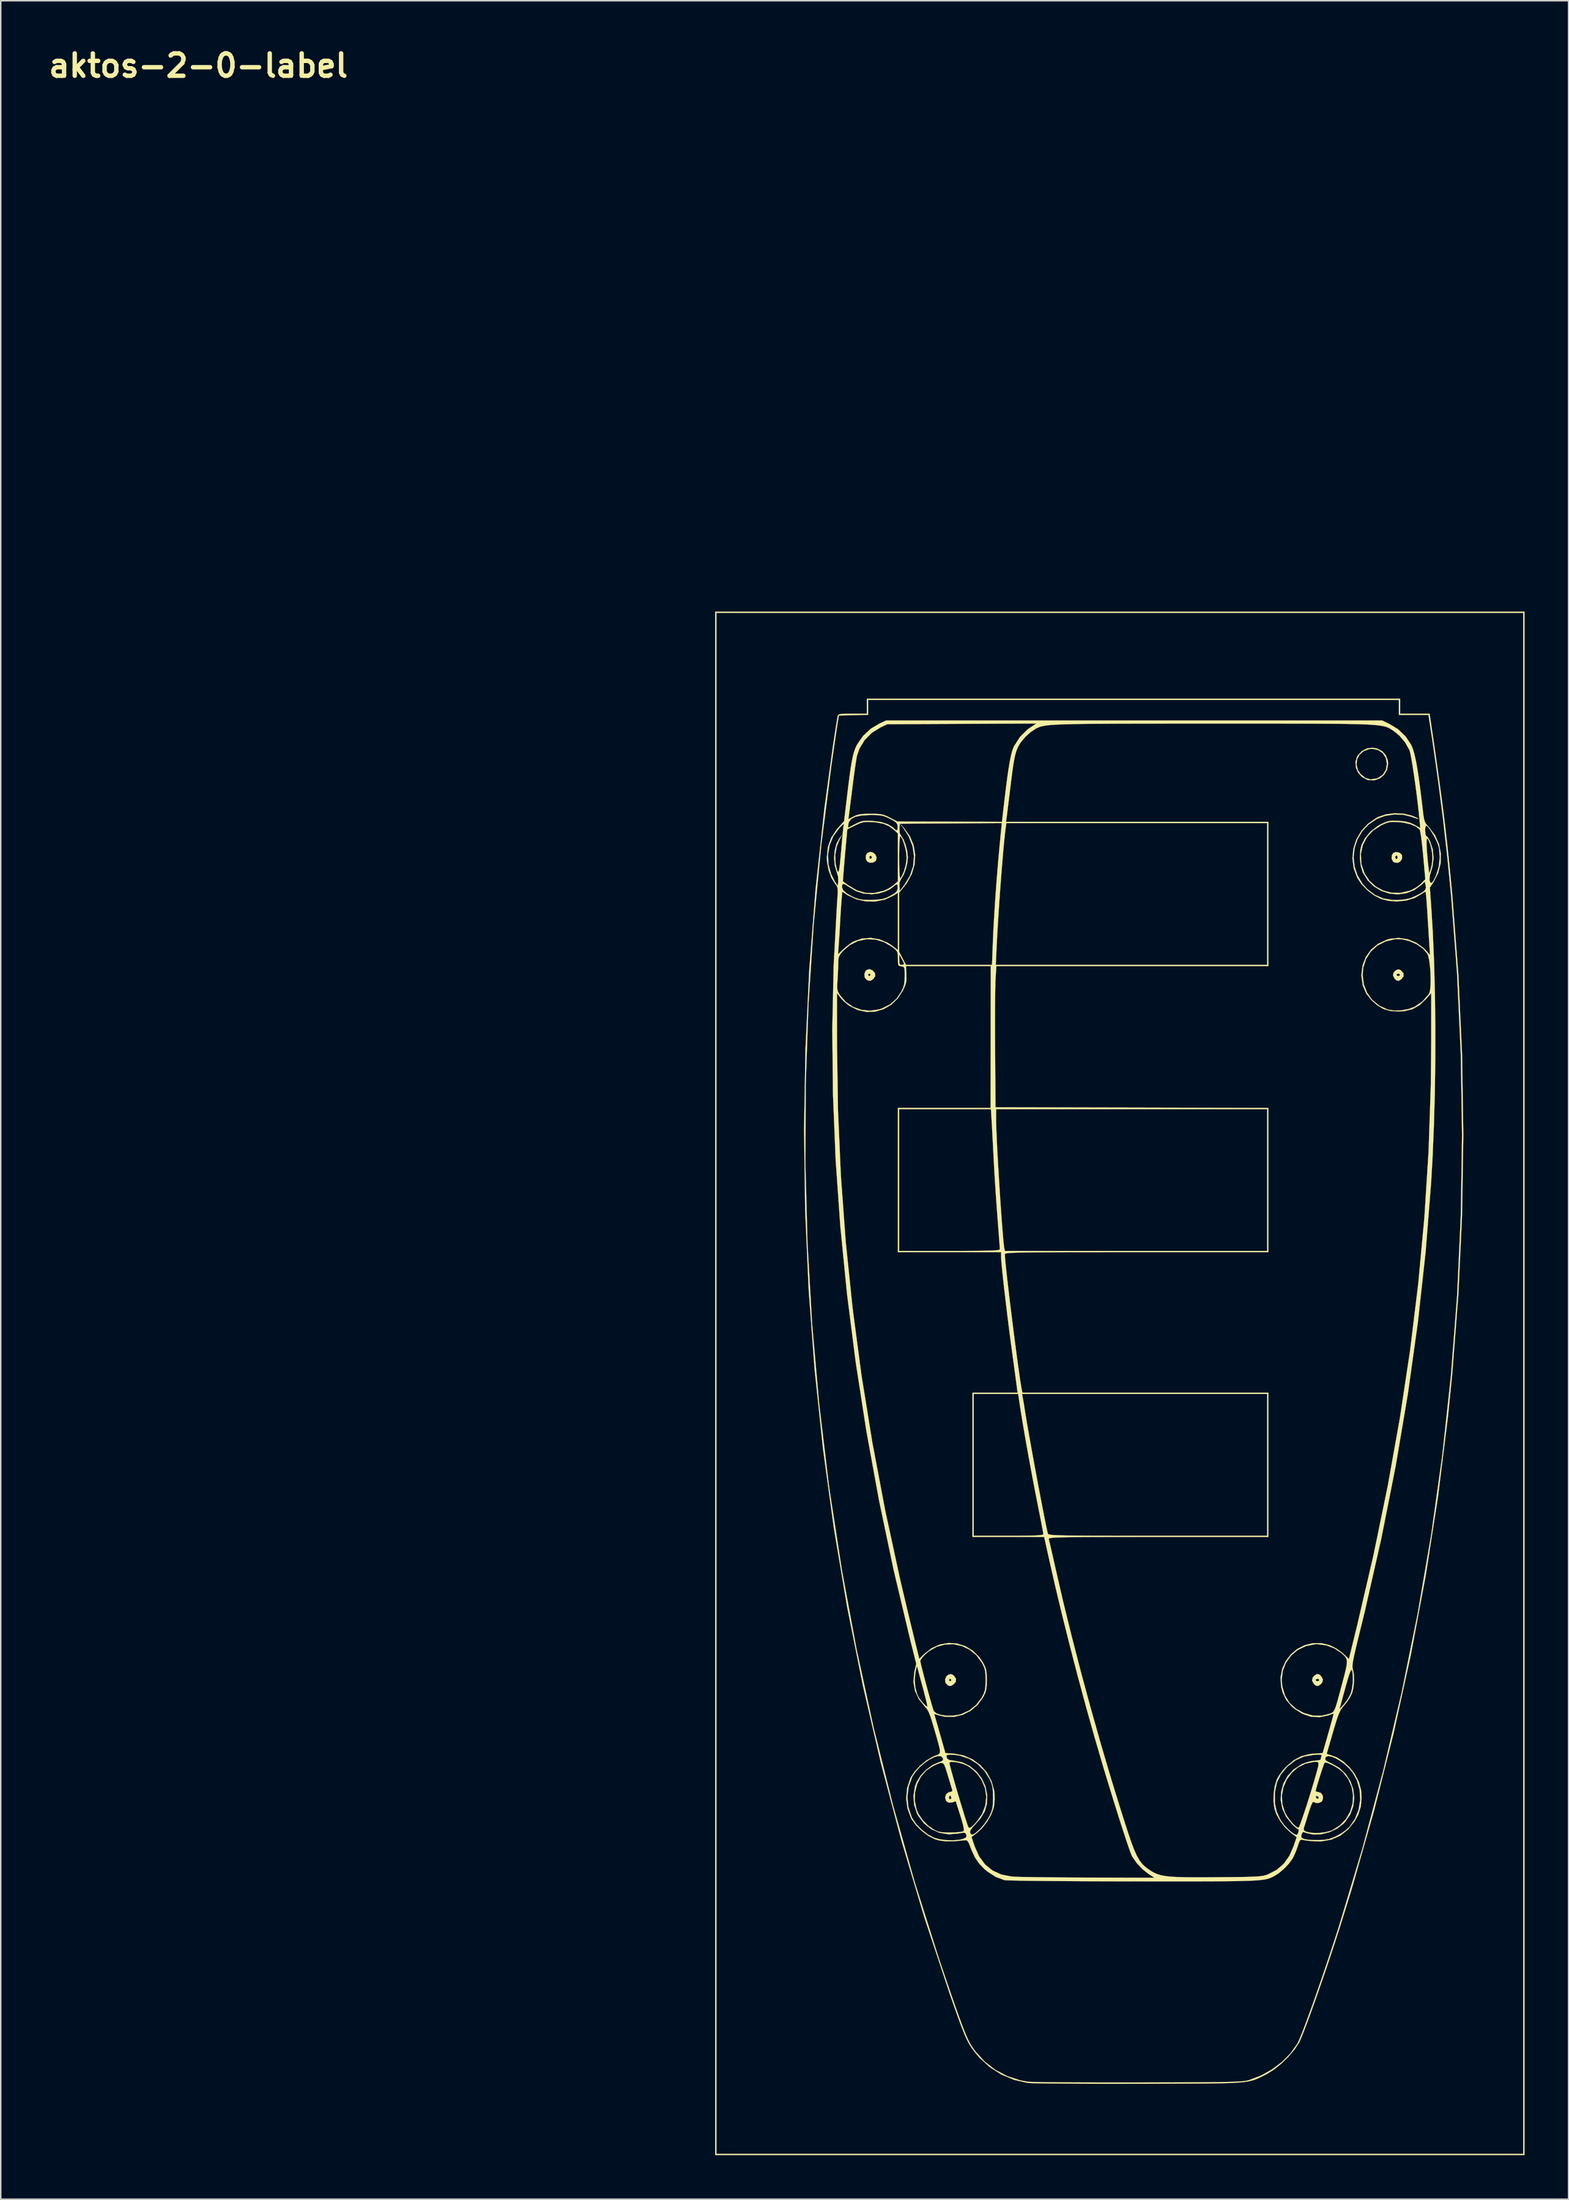
<source format=kicad_pcb>
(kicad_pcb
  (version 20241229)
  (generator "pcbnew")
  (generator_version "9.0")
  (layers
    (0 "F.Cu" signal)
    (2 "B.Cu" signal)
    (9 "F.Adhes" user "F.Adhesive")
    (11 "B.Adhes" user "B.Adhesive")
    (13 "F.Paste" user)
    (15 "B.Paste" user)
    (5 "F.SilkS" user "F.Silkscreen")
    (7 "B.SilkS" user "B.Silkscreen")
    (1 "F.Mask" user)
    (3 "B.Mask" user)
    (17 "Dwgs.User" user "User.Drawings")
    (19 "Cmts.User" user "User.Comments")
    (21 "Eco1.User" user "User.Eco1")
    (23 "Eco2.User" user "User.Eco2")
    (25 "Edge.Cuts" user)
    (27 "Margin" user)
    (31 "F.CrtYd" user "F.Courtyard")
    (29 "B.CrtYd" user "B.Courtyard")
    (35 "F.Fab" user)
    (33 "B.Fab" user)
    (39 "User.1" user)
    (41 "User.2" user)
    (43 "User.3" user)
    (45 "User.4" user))
  (footprint "aktos-2-0-label"
    (layer "F.Cu")
    (at 56.008 45.568)
    (property "Reference" "aktos-2-0-label" (at -45.55 -44.15 0) (layer "F.SilkS") (effects (font (size 1.524 1.524) (thickness 0.3))))
    (attr through_hole)
    (fp_poly (pts (xy 44.767 98.093) (xy -10.351 98.093) (xy -10.351 -6.893) (xy -10.267 -6.893) (xy -10.267 98.009) (xy 44.682 98.009) (xy 44.682 -6.893) (xy -10.267 -6.893) (xy -10.351 -6.893) (xy -10.351 -6.978) (xy 44.767 -6.978) (xy 44.767 98.093)) (stroke (width 0.01) (type solid)) (fill yes) (layer "F.SilkS"))
    (fp_poly (pts (xy 0.409 9.424) (xy 0.564 9.563) (xy 0.642 9.751) (xy 0.604 9.95) (xy 0.57 9.999) (xy 0.385 10.107) (xy 0.156 10.108) (xy -0.005 10.023) (xy -0.097 9.828) (xy -0.09 9.744) (xy 0.147 9.744) (xy 0.19 9.849) (xy 0.238 9.854) (xy 0.326 9.767) (xy 0.329 9.744) (xy 0.263 9.644) (xy 0.238 9.633) (xy 0.161 9.674) (xy 0.147 9.744) (xy -0.09 9.744) (xy -0.079 9.6) (xy 0.019 9.448) (xy 0.214 9.373) (xy 0.409 9.424)) (stroke (width 0.01) (type solid)) (fill yes) (layer "F.SilkS"))
    (fp_poly (pts (xy 30.785 65.369) (xy 30.911 65.482) (xy 31.038 65.706) (xy 30.997 65.915) (xy 30.896 66.034) (xy 30.71 66.158) (xy 30.554 66.132) (xy 30.429 66.019) (xy 30.301 65.795) (xy 30.31 65.751) (xy 30.543 65.751) (xy 30.611 65.826) (xy 30.67 65.835) (xy 30.782 65.79) (xy 30.797 65.751) (xy 30.728 65.676) (xy 30.67 65.666) (xy 30.557 65.712) (xy 30.543 65.751) (xy 30.31 65.751) (xy 30.342 65.586) (xy 30.444 65.467) (xy 30.629 65.344) (xy 30.785 65.369)) (stroke (width 0.01) (type solid)) (fill yes) (layer "F.SilkS"))
    (fp_poly (pts (xy 36.24 9.426) (xy 36.399 9.557) (xy 36.426 9.614) (xy 36.43 9.842) (xy 36.318 10.02) (xy 36.137 10.118) (xy 35.933 10.105) (xy 35.809 10.023) (xy 35.717 9.828) (xy 35.724 9.744) (xy 35.961 9.744) (xy 36.007 9.856) (xy 36.046 9.871) (xy 36.121 9.802) (xy 36.131 9.744) (xy 36.085 9.631) (xy 36.046 9.617) (xy 35.971 9.685) (xy 35.961 9.744) (xy 35.724 9.744) (xy 35.735 9.6) (xy 35.833 9.448) (xy 36.025 9.383) (xy 36.24 9.426)) (stroke (width 0.01) (type solid)) (fill yes) (layer "F.SilkS"))
    (fp_poly (pts (xy 36.307 17.414) (xy 36.367 17.454) (xy 36.528 17.644) (xy 36.525 17.856) (xy 36.399 18.028) (xy 36.214 18.151) (xy 36.057 18.125) (xy 35.925 18.005) (xy 35.812 17.785) (xy 35.822 17.745) (xy 36.046 17.745) (xy 36.115 17.82) (xy 36.173 17.829) (xy 36.286 17.784) (xy 36.3 17.745) (xy 36.231 17.67) (xy 36.173 17.66) (xy 36.06 17.706) (xy 36.046 17.745) (xy 35.822 17.745) (xy 35.864 17.575) (xy 36.008 17.438) (xy 36.162 17.368) (xy 36.307 17.414)) (stroke (width 0.01) (type solid)) (fill yes) (layer "F.SilkS"))
    (fp_poly (pts (xy 0.347 17.433) (xy 0.365 17.444) (xy 0.538 17.631) (xy 0.547 17.841) (xy 0.416 18.028) (xy 0.24 18.148) (xy 0.075 18.136) (xy -0.043 18.077) (xy -0.165 17.921) (xy -0.185 17.745) (xy 0.063 17.745) (xy 0.127 17.827) (xy 0.147 17.829) (xy 0.23 17.765) (xy 0.232 17.745) (xy 0.168 17.662) (xy 0.147 17.66) (xy 0.065 17.724) (xy 0.063 17.745) (xy -0.185 17.745) (xy -0.19 17.703) (xy -0.119 17.498) (xy -0.016 17.403) (xy 0.158 17.356) (xy 0.347 17.433)) (stroke (width 0.01) (type solid)) (fill yes) (layer "F.SilkS"))
    (fp_poly (pts (xy 5.863 65.418) (xy 5.904 65.454) (xy 6.053 65.668) (xy 6.037 65.878) (xy 5.886 66.042) (xy 5.723 66.146) (xy 5.61 66.157) (xy 5.464 66.085) (xy 5.46 66.083) (xy 5.331 65.924) (xy 5.314 65.751) (xy 5.566 65.751) (xy 5.63 65.833) (xy 5.651 65.835) (xy 5.733 65.771) (xy 5.735 65.751) (xy 5.671 65.668) (xy 5.651 65.666) (xy 5.568 65.73) (xy 5.566 65.751) (xy 5.314 65.751) (xy 5.31 65.708) (xy 5.392 65.504) (xy 5.523 65.397) (xy 5.709 65.346) (xy 5.863 65.418)) (stroke (width 0.01) (type solid)) (fill yes) (layer "F.SilkS"))
    (fp_poly (pts (xy 34.754 2.346) (xy 35.07 2.515) (xy 35.315 2.782) (xy 35.458 3.138) (xy 35.482 3.379) (xy 35.408 3.787) (xy 35.208 4.127) (xy 34.911 4.373) (xy 34.55 4.502) (xy 34.154 4.492) (xy 34.055 4.465) (xy 33.696 4.273) (xy 33.434 3.98) (xy 33.282 3.626) (xy 33.27 3.449) (xy 33.328 3.449) (xy 33.429 3.815) (xy 33.595 4.063) (xy 33.921 4.333) (xy 34.283 4.439) (xy 34.686 4.38) (xy 34.804 4.337) (xy 35.122 4.117) (xy 35.326 3.788) (xy 35.397 3.382) (xy 35.322 2.979) (xy 35.117 2.66) (xy 34.809 2.445) (xy 34.426 2.36) (xy 34.194 2.377) (xy 33.811 2.517) (xy 33.531 2.765) (xy 33.366 3.087) (xy 33.328 3.449) (xy 33.27 3.449) (xy 33.256 3.247) (xy 33.37 2.883) (xy 33.41 2.818) (xy 33.695 2.51) (xy 34.035 2.335) (xy 34.399 2.283) (xy 34.754 2.346)) (stroke (width 0.01) (type solid)) (fill yes) (layer "F.SilkS"))
    (fp_poly (pts (xy 36.3 -0.035) (xy 38.306 -0.035) (xy 38.397 0.579) (xy 38.615 2.06) (xy 38.807 3.4) (xy 38.978 4.623) (xy 39.131 5.755) (xy 39.267 6.82) (xy 39.391 7.844) (xy 39.506 8.852) (xy 39.614 9.869) (xy 39.72 10.92) (xy 39.825 12.031) (xy 39.852 12.326) (xy 40.269 17.786) (xy 40.519 23.225) (xy 40.602 28.65) (xy 40.518 34.069) (xy 40.267 39.489) (xy 39.848 44.918) (xy 39.554 47.844) (xy 38.879 53.269) (xy 38.038 58.662) (xy 37.032 64.024) (xy 35.859 69.357) (xy 34.519 74.664) (xy 33.012 79.946) (xy 32.216 82.515) (xy 31.94 83.374) (xy 31.649 84.259) (xy 31.351 85.151) (xy 31.051 86.032) (xy 30.756 86.883) (xy 30.473 87.687) (xy 30.208 88.425) (xy 29.967 89.08) (xy 29.757 89.632) (xy 29.584 90.065) (xy 29.455 90.36) (xy 29.427 90.415) (xy 29.123 90.888) (xy 28.704 91.384) (xy 28.215 91.86) (xy 27.698 92.275) (xy 27.196 92.588) (xy 27.15 92.611) (xy 26.939 92.716) (xy 26.752 92.809) (xy 26.577 92.889) (xy 26.402 92.958) (xy 26.215 93.017) (xy 26.004 93.066) (xy 25.758 93.107) (xy 25.464 93.141) (xy 25.11 93.167) (xy 24.684 93.187) (xy 24.175 93.202) (xy 23.57 93.213) (xy 22.857 93.221) (xy 22.025 93.226) (xy 21.061 93.229) (xy 19.954 93.232) (xy 18.692 93.234) (xy 18.478 93.234) (xy 17.388 93.236) (xy 16.339 93.236) (xy 15.342 93.234) (xy 14.412 93.231) (xy 13.563 93.226) (xy 12.807 93.22) (xy 12.16 93.213) (xy 11.634 93.205) (xy 11.243 93.196) (xy 11.001 93.186) (xy 10.94 93.181) (xy 10.015 92.973) (xy 9.146 92.611) (xy 8.352 92.105) (xy 7.652 91.468) (xy 7.295 91.04) (xy 7.15 90.842) (xy 7.021 90.649) (xy 6.899 90.442) (xy 6.777 90.202) (xy 6.647 89.912) (xy 6.502 89.553) (xy 6.332 89.106) (xy 6.131 88.554) (xy 5.891 87.878) (xy 5.614 87.087) (xy 3.89 81.897) (xy 2.329 76.667) (xy 0.933 71.398) (xy -0.299 66.095) (xy -1.367 60.762) (xy -2.27 55.4) (xy -3.007 50.014) (xy -3.579 44.608) (xy -3.984 39.183) (xy -4.224 33.745) (xy -4.266 30.627) (xy -4.204 30.627) (xy -4.059 36.075) (xy -3.747 41.512) (xy -3.269 46.934) (xy -2.624 52.332) (xy -2.555 52.839) (xy -1.721 58.256) (xy -0.723 63.638) (xy 0.439 68.982) (xy 1.764 74.282) (xy 3.249 79.535) (xy 4.896 84.736) (xy 5.699 87.087) (xy 5.984 87.901) (xy 6.223 88.573) (xy 6.423 89.122) (xy 6.591 89.566) (xy 6.736 89.922) (xy 6.866 90.21) (xy 6.987 90.448) (xy 7.109 90.654) (xy 7.238 90.846) (xy 7.375 91.034) (xy 7.995 91.719) (xy 8.724 92.284) (xy 9.543 92.716) (xy 10.433 93.004) (xy 10.94 93.096) (xy 11.102 93.107) (xy 11.421 93.116) (xy 11.881 93.125) (xy 12.469 93.132) (xy 13.173 93.139) (xy 13.977 93.144) (xy 14.868 93.148) (xy 15.833 93.15) (xy 16.858 93.151) (xy 17.929 93.151) (xy 18.478 93.15) (xy 19.742 93.147) (xy 20.848 93.144) (xy 21.807 93.14) (xy 22.632 93.136) (xy 23.333 93.13) (xy 23.922 93.123) (xy 24.411 93.115) (xy 24.81 93.105) (xy 25.132 93.093) (xy 25.388 93.079) (xy 25.59 93.063) (xy 25.748 93.043) (xy 25.874 93.021) (xy 25.98 92.995) (xy 26.013 92.986) (xy 26.812 92.682) (xy 27.567 92.262) (xy 28.249 91.75) (xy 28.828 91.168) (xy 29.275 90.539) (xy 29.343 90.415) (xy 29.459 90.162) (xy 29.62 89.766) (xy 29.821 89.245) (xy 30.054 88.617) (xy 30.313 87.9) (xy 30.592 87.112) (xy 30.884 86.272) (xy 31.183 85.397) (xy 31.482 84.506) (xy 31.776 83.617) (xy 32.057 82.748) (xy 32.132 82.515) (xy 33.722 77.238) (xy 35.145 71.93) (xy 36.402 66.595) (xy 37.492 61.233) (xy 38.415 55.847) (xy 39.171 50.441) (xy 39.759 45.015) (xy 40.179 39.572) (xy 40.431 34.114) (xy 40.515 28.645) (xy 40.43 23.165) (xy 40.177 17.677) (xy 39.767 12.326) (xy 39.506 9.671) (xy 39.209 7.056) (xy 38.87 4.423) (xy 38.482 1.713) (xy 38.322 0.663) (xy 38.227 0.049) (xy 36.215 0.049) (xy 36.215 -0.967) (xy 0.063 -0.967) (xy 0.063 0.044) (xy -0.93 0.068) (xy -1.923 0.092) (xy -1.989 0.473) (xy -2.018 0.651) (xy -2.066 0.972) (xy -2.132 1.413) (xy -2.211 1.95) (xy -2.299 2.557) (xy -2.393 3.212) (xy -2.432 3.478) (xy -3.119 8.874) (xy -3.64 14.294) (xy -3.994 19.73) (xy -4.182 25.177) (xy -4.204 30.627) (xy -4.266 30.627) (xy -4.297 28.295) (xy -4.203 22.838) (xy -3.942 17.377) (xy -3.514 11.915) (xy -2.917 6.456) (xy -2.343 2.251) (xy -2.258 1.683) (xy -2.178 1.166) (xy -2.109 0.724) (xy -2.053 0.384) (xy -2.015 0.17) (xy -2.003 0.113) (xy -1.964 0.048) (xy -1.877 0.005) (xy -1.71 -0.02) (xy -1.435 -0.032) (xy -1.021 -0.035) (xy -0.99 -0.035) (xy -0.022 -0.035) (xy -0.022 -1.051) (xy 36.3 -1.051) (xy 36.3 -0.035)) (stroke (width 0.01) (type solid)) (fill yes) (layer "F.SilkS"))
    (fp_poly (pts (xy 35.553 0.656) (xy 36.163 1.029) (xy 36.674 1.519) (xy 37.056 2.099) (xy 37.065 2.116) (xy 37.169 2.37) (xy 37.269 2.707) (xy 37.367 3.14) (xy 37.467 3.683) (xy 37.569 4.35) (xy 37.677 5.155) (xy 37.793 6.11) (xy 37.831 6.435) (xy 37.88 6.844) (xy 37.925 7.124) (xy 37.98 7.318) (xy 38.059 7.464) (xy 38.175 7.604) (xy 38.259 7.691) (xy 38.673 8.233) (xy 38.945 8.845) (xy 39.073 9.498) (xy 39.055 10.165) (xy 38.889 10.819) (xy 38.585 11.411) (xy 38.324 11.806) (xy 38.411 13.018) (xy 38.527 14.914) (xy 38.613 16.944) (xy 38.669 19.077) (xy 38.697 21.28) (xy 38.694 23.521) (xy 38.662 25.769) (xy 38.6 27.99) (xy 38.509 30.153) (xy 38.414 31.842) (xy 38.036 36.596) (xy 37.507 41.41) (xy 36.826 46.275) (xy 35.997 51.179) (xy 35.019 56.113) (xy 33.896 61.067) (xy 33.582 62.349) (xy 33.407 63.059) (xy 33.272 63.623) (xy 33.172 64.062) (xy 33.104 64.393) (xy 33.065 64.636) (xy 33.051 64.81) (xy 33.058 64.933) (xy 33.077 65.008) (xy 33.148 65.366) (xy 33.162 65.809) (xy 33.119 66.263) (xy 33.033 66.624) (xy 32.899 66.906) (xy 32.694 67.223) (xy 32.523 67.436) (xy 32.383 67.6) (xy 32.27 67.759) (xy 32.17 67.946) (xy 32.071 68.188) (xy 31.96 68.517) (xy 31.825 68.961) (xy 31.727 69.295) (xy 31.591 69.762) (xy 31.473 70.17) (xy 31.381 70.492) (xy 31.322 70.702) (xy 31.305 70.773) (xy 31.377 70.813) (xy 31.553 70.859) (xy 31.556 70.86) (xy 31.985 71.016) (xy 32.428 71.3) (xy 32.845 71.68) (xy 33.193 72.124) (xy 33.205 72.143) (xy 33.493 72.697) (xy 33.642 73.259) (xy 33.675 73.752) (xy 33.621 74.369) (xy 33.444 74.924) (xy 33.205 75.36) (xy 32.756 75.927) (xy 32.222 76.347) (xy 31.61 76.618) (xy 30.924 76.738) (xy 30.436 76.732) (xy 30.107 76.701) (xy 29.826 76.665) (xy 29.653 76.632) (xy 29.65 76.631) (xy 29.547 76.621) (xy 29.468 76.689) (xy 29.39 76.866) (xy 29.324 77.069) (xy 29.203 77.41) (xy 29.058 77.744) (xy 28.974 77.905) (xy 28.727 78.246) (xy 28.389 78.601) (xy 28.021 78.911) (xy 27.737 79.092) (xy 27.621 79.151) (xy 27.508 79.204) (xy 27.389 79.251) (xy 27.253 79.291) (xy 27.091 79.327) (xy 26.891 79.357) (xy 26.643 79.382) (xy 26.337 79.403) (xy 25.964 79.419) (xy 25.511 79.433) (xy 24.97 79.443) (xy 24.329 79.45) (xy 23.579 79.455) (xy 22.709 79.458) (xy 21.709 79.459) (xy 20.568 79.459) (xy 19.277 79.458) (xy 18.139 79.457) (xy 16.949 79.455) (xy 15.803 79.452) (xy 14.712 79.448) (xy 13.689 79.442) (xy 12.744 79.436) (xy 11.891 79.428) (xy 11.14 79.42) (xy 10.505 79.411) (xy 9.996 79.401) (xy 9.626 79.391) (xy 9.407 79.381) (xy 9.354 79.375) (xy 8.761 79.155) (xy 8.188 78.789) (xy 7.971 78.604) (xy 7.618 78.234) (xy 7.345 77.833) (xy 7.115 77.342) (xy 7.04 77.145) (xy 6.929 76.864) (xy 6.84 76.712) (xy 6.747 76.656) (xy 6.653 76.657) (xy 5.947 76.728) (xy 5.372 76.734) (xy 4.901 76.673) (xy 4.614 76.589) (xy 4.168 76.361) (xy 3.719 76.026) (xy 3.321 75.632) (xy 3.025 75.225) (xy 2.986 75.153) (xy 2.744 74.494) (xy 2.656 73.8) (xy 2.665 73.704) (xy 2.741 73.704) (xy 2.808 74.4) (xy 3.028 75.065) (xy 3.071 75.154) (xy 3.341 75.554) (xy 3.721 75.944) (xy 4.156 76.276) (xy 4.576 76.495) (xy 4.953 76.595) (xy 5.409 76.651) (xy 5.88 76.662) (xy 6.302 76.623) (xy 6.55 76.56) (xy 6.727 76.473) (xy 6.772 76.371) (xy 6.749 76.284) (xy 6.7 76.188) (xy 6.62 76.147) (xy 6.463 76.155) (xy 6.192 76.205) (xy 5.538 76.256) (xy 4.918 76.149) (xy 4.354 75.896) (xy 3.867 75.507) (xy 3.48 74.995) (xy 3.393 74.832) (xy 3.2 74.253) (xy 3.179 73.974) (xy 3.245 73.974) (xy 3.364 74.548) (xy 3.496 74.861) (xy 3.788 75.295) (xy 4.176 75.681) (xy 4.61 75.97) (xy 4.835 76.067) (xy 5.041 76.106) (xy 5.341 76.128) (xy 5.686 76.133) (xy 6.031 76.122) (xy 6.328 76.097) (xy 6.528 76.058) (xy 6.58 76.031) (xy 6.59 75.915) (xy 6.542 75.659) (xy 6.44 75.282) (xy 6.346 74.976) (xy 6.032 74) (xy 5.804 74.081) (xy 5.555 74.103) (xy 5.379 73.988) (xy 5.312 73.761) (xy 5.312 73.758) (xy 5.314 73.752) (xy 5.566 73.752) (xy 5.612 73.864) (xy 5.651 73.879) (xy 5.726 73.81) (xy 5.735 73.752) (xy 5.69 73.639) (xy 5.651 73.625) (xy 5.576 73.693) (xy 5.566 73.752) (xy 5.314 73.752) (xy 5.38 73.522) (xy 5.56 73.388) (xy 5.673 73.371) (xy 5.79 73.325) (xy 5.789 73.222) (xy 5.748 73.083) (xy 5.669 72.822) (xy 5.567 72.482) (xy 5.482 72.202) (xy 5.36 71.803) (xy 5.263 71.545) (xy 5.162 71.412) (xy 5.027 71.387) (xy 4.829 71.45) (xy 4.537 71.584) (xy 4.49 71.606) (xy 4.027 71.912) (xy 3.662 72.332) (xy 3.404 72.836) (xy 3.262 73.394) (xy 3.245 73.974) (xy 3.179 73.974) (xy 3.153 73.633) (xy 3.251 73.017) (xy 3.361 72.712) (xy 3.629 72.27) (xy 4.009 71.865) (xy 4.451 71.543) (xy 4.802 71.382) (xy 4.812 71.378) (xy 5.598 71.378) (xy 5.614 71.475) (xy 5.672 71.708) (xy 5.765 72.05) (xy 5.884 72.476) (xy 6.023 72.959) (xy 6.174 73.473) (xy 6.328 73.992) (xy 6.479 74.49) (xy 6.617 74.941) (xy 6.737 75.319) (xy 6.829 75.596) (xy 6.886 75.749) (xy 6.893 75.763) (xy 6.962 75.819) (xy 7.069 75.782) (xy 7.236 75.637) (xy 7.455 75.402) (xy 7.825 74.875) (xy 8.044 74.301) (xy 8.111 73.706) (xy 8.026 73.114) (xy 7.789 72.55) (xy 7.497 72.144) (xy 7.246 71.896) (xy 6.972 71.678) (xy 6.816 71.583) (xy 6.531 71.464) (xy 6.223 71.376) (xy 5.935 71.327) (xy 5.712 71.323) (xy 5.6 71.373) (xy 5.598 71.378) (xy 4.812 71.378) (xy 5.044 71.293) (xy 5.155 71.217) (xy 5.169 71.124) (xy 5.148 71.058) (xy 5.027 70.938) (xy 4.817 70.928) (xy 4.544 71.012) (xy 4.232 71.175) (xy 3.906 71.402) (xy 3.591 71.676) (xy 3.312 71.982) (xy 3.094 72.306) (xy 3.067 72.357) (xy 2.827 73.012) (xy 2.741 73.704) (xy 2.665 73.704) (xy 2.723 73.103) (xy 2.943 72.438) (xy 2.985 72.352) (xy 3.242 71.968) (xy 3.608 71.579) (xy 4.027 71.235) (xy 4.448 70.982) (xy 4.572 70.929) (xy 4.578 70.927) (xy 5.398 70.927) (xy 5.444 71.099) (xy 5.598 71.198) (xy 5.886 71.241) (xy 5.905 71.242) (xy 6.472 71.353) (xy 6.994 71.607) (xy 7.448 71.983) (xy 7.812 72.456) (xy 8.062 73.002) (xy 8.176 73.596) (xy 8.158 74.177) (xy 8.013 74.688) (xy 7.727 75.166) (xy 7.435 75.501) (xy 7.191 75.764) (xy 7.055 75.946) (xy 7.009 76.079) (xy 7.023 76.167) (xy 7.094 76.271) (xy 7.208 76.272) (xy 7.383 76.163) (xy 7.639 75.933) (xy 7.75 75.824) (xy 7.99 75.54) (xy 8.224 75.196) (xy 8.336 74.993) (xy 8.455 74.729) (xy 8.525 74.49) (xy 8.561 74.216) (xy 8.571 73.847) (xy 8.572 73.752) (xy 8.564 73.345) (xy 8.532 73.047) (xy 8.466 72.795) (xy 8.355 72.53) (xy 8.352 72.524) (xy 7.988 71.939) (xy 7.509 71.462) (xy 6.94 71.109) (xy 6.304 70.897) (xy 5.926 70.846) (xy 5.623 70.835) (xy 5.458 70.854) (xy 5.399 70.91) (xy 5.398 70.927) (xy 4.578 70.927) (xy 4.735 70.871) (xy 4.854 70.821) (xy 4.93 70.755) (xy 4.961 70.651) (xy 4.95 70.486) (xy 4.895 70.235) (xy 4.797 69.877) (xy 4.657 69.387) (xy 4.587 69.144) (xy 4.436 68.629) (xy 4.315 68.25) (xy 4.211 67.978) (xy 4.113 67.786) (xy 4.01 67.644) (xy 3.947 67.578) (xy 3.522 67.057) (xy 3.256 66.483) (xy 3.151 65.867) (xy 3.162 65.748) (xy 3.239 65.748) (xy 3.283 66.252) (xy 3.407 66.709) (xy 3.517 66.933) (xy 3.662 67.141) (xy 3.826 67.339) (xy 3.976 67.491) (xy 4.078 67.563) (xy 4.102 67.554) (xy 4.087 67.453) (xy 4.035 67.218) (xy 3.951 66.877) (xy 3.842 66.459) (xy 3.754 66.132) (xy 3.386 64.777) (xy 3.285 65.264) (xy 3.239 65.748) (xy 3.162 65.748) (xy 3.211 65.217) (xy 3.22 65.176) (xy 3.343 64.644) (xy 3.295 64.451) (xy 3.619 64.451) (xy 3.64 64.575) (xy 3.7 64.829) (xy 3.789 65.184) (xy 3.899 65.608) (xy 4.022 66.069) (xy 4.148 66.536) (xy 4.27 66.978) (xy 4.38 67.363) (xy 4.468 67.659) (xy 4.526 67.836) (xy 4.539 67.867) (xy 4.71 68.016) (xy 5.005 68.121) (xy 5.382 68.176) (xy 5.8 68.178) (xy 6.219 68.122) (xy 6.384 68.08) (xy 6.934 67.832) (xy 7.416 67.45) (xy 7.788 66.967) (xy 7.811 66.926) (xy 7.939 66.676) (xy 8.015 66.455) (xy 8.052 66.204) (xy 8.063 65.861) (xy 8.064 65.751) (xy 8.057 65.374) (xy 8.028 65.104) (xy 7.963 64.882) (xy 7.85 64.646) (xy 7.813 64.578) (xy 7.444 64.072) (xy 6.983 63.69) (xy 6.456 63.438) (xy 5.889 63.317) (xy 5.308 63.333) (xy 4.74 63.488) (xy 4.211 63.786) (xy 3.928 64.031) (xy 3.751 64.228) (xy 3.639 64.391) (xy 3.619 64.451) (xy 3.295 64.451) (xy 2.924 62.975) (xy 1.8 58.242) (xy 0.808 53.519) (xy -0.051 48.815) (xy -0.777 44.137) (xy -1.368 39.495) (xy -1.825 34.896) (xy -2.145 30.35) (xy -2.328 25.864) (xy -2.374 21.448) (xy -2.321 18.982) (xy -2.054 18.982) (xy -2.053 22.448) (xy -1.987 26.94) (xy -1.789 31.426) (xy -1.458 35.921) (xy -0.991 40.436) (xy -0.388 44.984) (xy 0.353 49.577) (xy 1.234 54.227) (xy 2.256 58.947) (xy 2.953 61.879) (xy 3.551 64.314) (xy 3.886 63.979) (xy 4.392 63.582) (xy 4.948 63.333) (xy 5.53 63.229) (xy 6.115 63.266) (xy 6.677 63.441) (xy 7.193 63.75) (xy 7.637 64.189) (xy 7.897 64.577) (xy 8.024 64.827) (xy 8.1 65.047) (xy 8.137 65.299) (xy 8.148 65.643) (xy 8.148 65.751) (xy 8.142 66.127) (xy 8.112 66.396) (xy 8.048 66.619) (xy 7.934 66.856) (xy 7.894 66.929) (xy 7.519 67.447) (xy 7.044 67.849) (xy 6.496 68.124) (xy 5.902 68.262) (xy 5.289 68.25) (xy 4.954 68.175) (xy 4.568 68.059) (xy 4.729 68.619) (xy 4.829 68.969) (xy 4.953 69.403) (xy 5.078 69.841) (xy 5.11 69.954) (xy 5.33 70.728) (xy 5.892 70.761) (xy 6.561 70.882) (xy 7.173 71.148) (xy 7.708 71.54) (xy 8.146 72.037) (xy 8.467 72.622) (xy 8.651 73.272) (xy 8.678 73.497) (xy 8.683 73.874) (xy 8.651 74.263) (xy 8.615 74.466) (xy 8.443 74.93) (xy 8.163 75.413) (xy 7.815 75.852) (xy 7.487 76.153) (xy 7.108 76.437) (xy 7.322 77.073) (xy 7.625 77.757) (xy 8.03 78.305) (xy 8.536 78.717) (xy 9.14 78.993) (xy 9.843 79.13) (xy 9.871 79.133) (xy 10.08 79.143) (xy 10.441 79.154) (xy 10.933 79.164) (xy 11.539 79.173) (xy 12.24 79.182) (xy 13.017 79.189) (xy 13.852 79.195) (xy 14.725 79.199) (xy 15.044 79.2) (xy 19.569 79.213) (xy 19.193 78.973) (xy 18.764 78.639) (xy 18.368 78.223) (xy 18.065 77.787) (xy 18.026 77.714) (xy 17.95 77.53) (xy 17.83 77.201) (xy 17.673 76.742) (xy 17.484 76.169) (xy 17.267 75.498) (xy 17.029 74.747) (xy 16.773 73.93) (xy 16.506 73.065) (xy 16.232 72.168) (xy 16.064 71.611) (xy 15.495 69.668) (xy 14.918 67.616) (xy 14.346 65.502) (xy 13.792 63.371) (xy 13.266 61.27) (xy 12.782 59.245) (xy 12.456 57.813) (xy 12.055 56.014) (xy 7.175 56.014) (xy 7.175 46.277) (xy 7.259 46.277) (xy 7.259 55.929) (xy 9.63 55.929) (xy 10.358 55.928) (xy 10.932 55.922) (xy 11.366 55.913) (xy 11.674 55.898) (xy 11.873 55.877) (xy 11.977 55.85) (xy 12.001 55.824) (xy 11.984 55.713) (xy 11.939 55.462) (xy 11.87 55.095) (xy 11.781 54.638) (xy 11.677 54.116) (xy 11.625 53.855) (xy 11.456 52.999) (xy 11.277 52.066) (xy 11.096 51.092) (xy 10.918 50.117) (xy 10.752 49.176) (xy 10.603 48.308) (xy 10.479 47.55) (xy 10.429 47.23) (xy 10.284 46.277) (xy 10.548 46.277) (xy 10.595 46.51) (xy 10.632 46.713) (xy 10.682 47.016) (xy 10.732 47.336) (xy 10.794 47.727) (xy 10.879 48.235) (xy 10.984 48.837) (xy 11.104 49.513) (xy 11.235 50.241) (xy 11.374 51.002) (xy 11.517 51.773) (xy 11.659 52.534) (xy 11.798 53.264) (xy 11.928 53.942) (xy 12.046 54.546) (xy 12.148 55.057) (xy 12.23 55.453) (xy 12.289 55.712) (xy 12.307 55.781) (xy 12.322 55.807) (xy 12.357 55.83) (xy 12.423 55.849) (xy 12.531 55.866) (xy 12.69 55.88) (xy 12.911 55.892) (xy 13.205 55.902) (xy 13.582 55.91) (xy 14.052 55.917) (xy 14.626 55.921) (xy 15.314 55.925) (xy 16.128 55.927) (xy 17.076 55.928) (xy 18.17 55.929) (xy 19.42 55.929) (xy 19.796 55.929) (xy 27.241 55.929) (xy 27.241 46.277) (xy 10.548 46.277) (xy 10.284 46.277) (xy 7.259 46.277) (xy 7.175 46.277) (xy 7.175 46.193) (xy 10.245 46.193) (xy 10.199 45.833) (xy 10.175 45.652) (xy 10.132 45.33) (xy 10.073 44.894) (xy 10.003 44.372) (xy 9.923 43.789) (xy 9.853 43.272) (xy 9.749 42.501) (xy 9.646 41.705) (xy 9.546 40.904) (xy 9.451 40.121) (xy 9.363 39.375) (xy 9.285 38.689) (xy 9.219 38.084) (xy 9.169 37.579) (xy 9.136 37.198) (xy 9.122 36.961) (xy 9.122 36.943) (xy 9.122 36.625) (xy 2.095 36.625) (xy 2.095 26.889) (xy 2.179 26.889) (xy 2.179 36.541) (xy 5.608 36.541) (xy 6.479 36.54) (xy 7.194 36.537) (xy 7.768 36.532) (xy 8.215 36.524) (xy 8.549 36.513) (xy 8.784 36.497) (xy 8.934 36.478) (xy 9.014 36.453) (xy 9.037 36.424) (xy 9.031 36.31) (xy 9.013 36.052) (xy 8.985 35.674) (xy 8.949 35.2) (xy 8.907 34.654) (xy 8.872 34.202) (xy 8.818 33.478) (xy 8.762 32.679) (xy 8.708 31.861) (xy 8.661 31.084) (xy 8.623 30.405) (xy 8.617 30.275) (xy 8.586 29.677) (xy 8.555 29.08) (xy 8.526 28.525) (xy 8.5 28.053) (xy 8.48 27.705) (xy 8.478 27.672) (xy 8.429 26.889) (xy 8.783 26.889) (xy 8.784 27.672) (xy 8.79 28.008) (xy 8.807 28.471) (xy 8.832 29.041) (xy 8.865 29.695) (xy 8.904 30.413) (xy 8.949 31.172) (xy 8.996 31.952) (xy 9.046 32.732) (xy 9.097 33.488) (xy 9.147 34.202) (xy 9.196 34.85) (xy 9.241 35.411) (xy 9.281 35.865) (xy 9.316 36.19) (xy 9.339 36.35) (xy 9.379 36.541) (xy 27.241 36.541) (xy 27.241 26.889) (xy 8.783 26.889) (xy 8.429 26.889) (xy 2.179 26.889) (xy 2.095 26.889) (xy 2.095 26.804) (xy 8.407 26.804) (xy 8.414 21.978) (xy 8.414 21.392) (xy 8.71 21.392) (xy 8.712 22.215) (xy 8.715 22.825) (xy 8.741 26.762) (xy 18.033 26.783) (xy 27.325 26.805) (xy 27.325 36.625) (xy 18.351 36.625) (xy 16.921 36.625) (xy 15.652 36.626) (xy 14.533 36.627) (xy 13.555 36.628) (xy 12.709 36.631) (xy 11.985 36.634) (xy 11.373 36.638) (xy 10.865 36.644) (xy 10.451 36.651) (xy 10.12 36.66) (xy 9.865 36.67) (xy 9.675 36.682) (xy 9.541 36.697) (xy 9.454 36.713) (xy 9.404 36.732) (xy 9.381 36.753) (xy 9.377 36.773) (xy 9.388 36.983) (xy 9.42 37.339) (xy 9.47 37.821) (xy 9.535 38.407) (xy 9.612 39.078) (xy 9.699 39.812) (xy 9.794 40.588) (xy 9.893 41.385) (xy 9.994 42.182) (xy 10.094 42.959) (xy 10.191 43.694) (xy 10.283 44.366) (xy 10.366 44.955) (xy 10.437 45.439) (xy 10.495 45.797) (xy 10.526 45.96) (xy 10.575 46.193) (xy 27.325 46.193) (xy 27.325 56.014) (xy 19.827 56.014) (xy 18.528 56.014) (xy 17.388 56.015) (xy 16.396 56.016) (xy 15.544 56.018) (xy 14.819 56.021) (xy 14.213 56.025) (xy 13.714 56.031) (xy 13.313 56.038) (xy 12.999 56.047) (xy 12.762 56.058) (xy 12.591 56.071) (xy 12.477 56.087) (xy 12.409 56.105) (xy 12.377 56.127) (xy 12.37 56.151) (xy 12.372 56.162) (xy 12.403 56.284) (xy 12.464 56.547) (xy 12.551 56.924) (xy 12.657 57.391) (xy 12.777 57.923) (xy 12.852 58.258) (xy 13.364 60.473) (xy 13.937 62.801) (xy 14.558 65.201) (xy 15.217 67.631) (xy 15.901 70.051) (xy 16.6 72.419) (xy 17.303 74.695) (xy 17.751 76.089) (xy 17.977 76.758) (xy 18.176 77.288) (xy 18.36 77.701) (xy 18.544 78.023) (xy 18.741 78.278) (xy 18.965 78.489) (xy 19.166 78.639) (xy 19.372 78.774) (xy 19.573 78.885) (xy 19.789 78.975) (xy 20.036 79.046) (xy 20.333 79.1) (xy 20.696 79.139) (xy 21.144 79.164) (xy 21.695 79.179) (xy 22.366 79.184) (xy 23.175 79.182) (xy 23.896 79.177) (xy 24.691 79.17) (xy 25.336 79.163) (xy 25.85 79.153) (xy 26.251 79.141) (xy 26.56 79.125) (xy 26.795 79.104) (xy 26.975 79.077) (xy 27.12 79.043) (xy 27.248 79.001) (xy 27.294 78.983) (xy 27.885 78.68) (xy 28.364 78.27) (xy 28.745 77.736) (xy 29.043 77.065) (xy 29.057 77.022) (xy 29.253 76.446) (xy 29.251 76.445) (xy 29.561 76.445) (xy 29.653 76.529) (xy 29.797 76.581) (xy 30.018 76.62) (xy 30.343 76.644) (xy 30.706 76.649) (xy 30.756 76.648) (xy 31.152 76.626) (xy 31.458 76.572) (xy 31.754 76.467) (xy 31.998 76.353) (xy 32.325 76.167) (xy 32.63 75.951) (xy 32.834 75.765) (xy 33.224 75.199) (xy 33.473 74.569) (xy 33.58 73.904) (xy 33.542 73.234) (xy 33.357 72.587) (xy 33.094 72.096) (xy 32.851 71.791) (xy 32.557 71.511) (xy 32.238 71.271) (xy 31.921 71.084) (xy 31.631 70.965) (xy 31.396 70.929) (xy 31.241 70.989) (xy 31.201 71.064) (xy 31.203 71.173) (xy 31.297 71.269) (xy 31.512 71.378) (xy 31.609 71.419) (xy 32.158 71.73) (xy 32.594 72.145) (xy 32.912 72.638) (xy 33.107 73.186) (xy 33.174 73.762) (xy 33.108 74.341) (xy 32.903 74.899) (xy 32.555 75.41) (xy 32.444 75.528) (xy 32.008 75.866) (xy 31.492 76.109) (xy 30.941 76.248) (xy 30.399 76.27) (xy 29.915 76.168) (xy 29.733 76.104) (xy 29.647 76.123) (xy 29.593 76.25) (xy 29.575 76.309) (xy 29.561 76.445) (xy 29.251 76.445) (xy 28.861 76.156) (xy 28.482 75.807) (xy 28.14 75.367) (xy 27.874 74.894) (xy 27.743 74.526) (xy 27.676 74.039) (xy 27.684 73.507) (xy 27.767 73.507) (xy 27.771 74.139) (xy 27.883 74.686) (xy 28.115 75.203) (xy 28.215 75.368) (xy 28.403 75.619) (xy 28.632 75.867) (xy 28.87 76.083) (xy 29.081 76.236) (xy 29.235 76.299) (xy 29.273 76.291) (xy 29.345 76.185) (xy 29.382 76.081) (xy 29.391 75.945) (xy 29.36 75.911) (xy 29.285 75.866) (xy 29.727 75.866) (xy 29.752 75.989) (xy 29.911 76.081) (xy 30.17 76.141) (xy 30.498 76.166) (xy 30.859 76.155) (xy 31.223 76.107) (xy 31.555 76.019) (xy 31.687 75.965) (xy 32.207 75.638) (xy 32.612 75.209) (xy 32.898 74.705) (xy 33.06 74.153) (xy 33.093 73.58) (xy 32.992 73.011) (xy 32.753 72.474) (xy 32.398 72.021) (xy 32.197 71.855) (xy 31.938 71.685) (xy 31.662 71.532) (xy 31.41 71.417) (xy 31.225 71.364) (xy 31.155 71.376) (xy 31.113 71.47) (xy 31.036 71.687) (xy 30.937 71.986) (xy 30.827 72.327) (xy 30.721 72.67) (xy 30.63 72.975) (xy 30.567 73.202) (xy 30.545 73.307) (xy 30.613 73.361) (xy 30.695 73.371) (xy 30.911 73.444) (xy 31.035 73.636) (xy 31.051 73.752) (xy 31.005 73.946) (xy 30.949 74.031) (xy 30.765 74.119) (xy 30.545 74.117) (xy 30.405 74.046) (xy 30.342 74.071) (xy 30.251 74.25) (xy 30.13 74.588) (xy 30.048 74.849) (xy 29.933 75.223) (xy 29.832 75.545) (xy 29.758 75.775) (xy 29.727 75.866) (xy 29.285 75.866) (xy 29.268 75.856) (xy 29.098 75.715) (xy 28.936 75.564) (xy 28.535 75.068) (xy 28.28 74.518) (xy 28.167 73.941) (xy 28.18 73.619) (xy 28.246 73.619) (xy 28.277 74.198) (xy 28.451 74.754) (xy 28.6 75.02) (xy 28.794 75.293) (xy 29.003 75.537) (xy 29.197 75.719) (xy 29.346 75.804) (xy 29.384 75.803) (xy 29.43 75.718) (xy 29.519 75.493) (xy 29.641 75.151) (xy 29.79 74.714) (xy 29.957 74.205) (xy 30.088 73.79) (xy 30.114 73.706) (xy 30.555 73.706) (xy 30.582 73.79) (xy 30.688 73.842) (xy 30.725 73.828) (xy 30.761 73.738) (xy 30.721 73.684) (xy 30.607 73.636) (xy 30.555 73.706) (xy 30.114 73.706) (xy 30.263 73.226) (xy 30.421 72.703) (xy 30.554 72.247) (xy 30.655 71.884) (xy 30.717 71.639) (xy 30.733 71.553) (xy 30.736 71.393) (xy 30.678 71.326) (xy 30.513 71.319) (xy 30.416 71.326) (xy 29.842 71.447) (xy 29.335 71.704) (xy 28.908 72.075) (xy 28.575 72.533) (xy 28.349 73.056) (xy 28.246 73.619) (xy 28.18 73.619) (xy 28.191 73.359) (xy 28.348 72.799) (xy 28.634 72.284) (xy 29.044 71.841) (xy 29.574 71.493) (xy 29.651 71.456) (xy 29.982 71.336) (xy 30.331 71.257) (xy 30.484 71.242) (xy 30.717 71.221) (xy 30.86 71.184) (xy 30.881 71.163) (xy 30.909 71.036) (xy 30.937 70.952) (xy 30.951 70.877) (xy 30.897 70.838) (xy 30.744 70.829) (xy 30.46 70.844) (xy 30.4 70.848) (xy 29.747 70.963) (xy 29.174 71.216) (xy 28.648 71.622) (xy 28.592 71.677) (xy 28.177 72.177) (xy 27.912 72.721) (xy 27.78 73.347) (xy 27.767 73.507) (xy 27.684 73.507) (xy 27.684 73.497) (xy 27.761 72.967) (xy 27.9 72.52) (xy 27.921 72.473) (xy 28.092 72.19) (xy 28.333 71.872) (xy 28.549 71.635) (xy 29.053 71.211) (xy 29.574 70.936) (xy 30.152 70.791) (xy 30.418 70.764) (xy 31.023 70.725) (xy 31.406 69.381) (xy 31.532 68.934) (xy 31.638 68.55) (xy 31.718 68.255) (xy 31.762 68.078) (xy 31.769 68.037) (xy 31.685 68.062) (xy 31.496 68.127) (xy 31.389 68.164) (xy 30.801 68.285) (xy 30.207 68.244) (xy 29.627 68.044) (xy 29.079 67.69) (xy 28.906 67.538) (xy 28.535 67.104) (xy 28.295 66.606) (xy 28.19 66.191) (xy 28.163 65.719) (xy 28.233 65.719) (xy 28.275 66.191) (xy 28.459 66.806) (xy 28.77 67.311) (xy 29.213 67.712) (xy 29.747 67.997) (xy 30.356 68.171) (xy 30.947 68.181) (xy 31.412 68.073) (xy 31.543 68.03) (xy 31.646 67.989) (xy 31.729 67.929) (xy 31.803 67.831) (xy 31.845 67.74) (xy 32.167 67.74) (xy 32.491 67.377) (xy 32.705 67.092) (xy 32.886 66.772) (xy 32.949 66.621) (xy 33.024 66.307) (xy 33.07 65.93) (xy 33.077 65.714) (xy 33.066 65.353) (xy 33.04 65.132) (xy 32.997 65.054) (xy 32.932 65.125) (xy 32.841 65.347) (xy 32.722 65.726) (xy 32.569 66.266) (xy 32.557 66.312) (xy 32.167 67.74) (xy 31.845 67.74) (xy 31.875 67.675) (xy 31.955 67.439) (xy 32.053 67.104) (xy 32.176 66.649) (xy 32.335 66.055) (xy 32.364 65.945) (xy 32.51 65.397) (xy 32.611 64.985) (xy 32.666 64.682) (xy 32.675 64.462) (xy 32.636 64.296) (xy 32.549 64.157) (xy 32.412 64.018) (xy 32.289 63.908) (xy 31.816 63.595) (xy 31.26 63.39) (xy 30.682 63.312) (xy 30.498 63.318) (xy 29.874 63.444) (xy 29.327 63.707) (xy 28.874 64.086) (xy 28.53 64.561) (xy 28.311 65.112) (xy 28.233 65.719) (xy 28.163 65.719) (xy 28.155 65.569) (xy 28.266 64.987) (xy 28.504 64.461) (xy 28.852 64.007) (xy 29.288 63.642) (xy 29.794 63.382) (xy 30.351 63.244) (xy 30.94 63.242) (xy 31.512 63.384) (xy 31.95 63.602) (xy 32.357 63.895) (xy 32.414 63.947) (xy 32.812 64.319) (xy 33.368 62.05) (xy 34.483 57.254) (xy 35.455 52.537) (xy 36.287 47.886) (xy 36.98 43.291) (xy 37.535 38.74) (xy 37.954 34.221) (xy 38.238 29.724) (xy 38.389 25.236) (xy 38.416 22.368) (xy 38.417 18.991) (xy 38.067 19.388) (xy 37.622 19.809) (xy 37.143 20.079) (xy 36.594 20.216) (xy 36.173 20.241) (xy 35.627 20.203) (xy 35.173 20.074) (xy 34.756 19.829) (xy 34.379 19.503) (xy 33.99 19.02) (xy 33.753 18.466) (xy 33.662 17.832) (xy 33.661 17.749) (xy 33.745 17.749) (xy 33.823 18.387) (xy 34.048 18.962) (xy 34.404 19.454) (xy 34.877 19.841) (xy 35.451 20.104) (xy 35.465 20.108) (xy 35.888 20.175) (xy 36.381 20.161) (xy 36.873 20.072) (xy 37.274 19.924) (xy 37.812 19.561) (xy 38.232 19.079) (xy 38.274 19.015) (xy 38.334 18.82) (xy 38.369 18.501) (xy 38.38 18.098) (xy 38.369 17.653) (xy 38.337 17.208) (xy 38.288 16.805) (xy 38.221 16.486) (xy 38.153 16.309) (xy 37.856 15.965) (xy 37.44 15.672) (xy 36.952 15.453) (xy 36.439 15.327) (xy 35.947 15.318) (xy 35.947 15.318) (xy 35.303 15.47) (xy 34.751 15.754) (xy 34.306 16.154) (xy 33.982 16.656) (xy 33.791 17.244) (xy 33.745 17.749) (xy 33.661 17.749) (xy 33.66 17.741) (xy 33.739 17.095) (xy 33.966 16.515) (xy 34.326 16.02) (xy 34.805 15.626) (xy 35.389 15.354) (xy 35.61 15.292) (xy 36.21 15.232) (xy 36.816 15.323) (xy 37.388 15.554) (xy 37.886 15.911) (xy 38.029 16.055) (xy 38.333 16.392) (xy 38.289 15.692) (xy 38.268 15.361) (xy 38.24 14.909) (xy 38.207 14.385) (xy 38.173 13.837) (xy 38.156 13.555) (xy 38.125 13.081) (xy 38.095 12.668) (xy 38.068 12.346) (xy 38.046 12.143) (xy 38.035 12.085) (xy 37.954 12.109) (xy 37.8 12.212) (xy 37.779 12.228) (xy 37.3 12.507) (xy 36.727 12.683) (xy 36.106 12.751) (xy 35.483 12.704) (xy 34.983 12.571) (xy 34.516 12.329) (xy 34.055 11.975) (xy 33.655 11.555) (xy 33.376 11.136) (xy 33.135 10.483) (xy 33.05 9.815) (xy 33.113 9.154) (xy 33.317 8.525) (xy 33.654 7.949) (xy 34.115 7.452) (xy 34.692 7.055) (xy 34.815 6.993) (xy 35.333 6.82) (xy 35.926 6.745) (xy 36.527 6.772) (xy 37.073 6.901) (xy 37.089 6.907) (xy 37.339 7.008) (xy 37.505 7.087) (xy 37.55 7.125) (xy 37.46 7.115) (xy 37.261 7.055) (xy 37.057 6.981) (xy 36.5 6.847) (xy 35.885 6.829) (xy 35.273 6.924) (xy 34.741 7.119) (xy 34.171 7.494) (xy 33.722 7.968) (xy 33.397 8.517) (xy 33.199 9.116) (xy 33.131 9.743) (xy 33.197 10.374) (xy 33.401 10.985) (xy 33.744 11.552) (xy 34.073 11.913) (xy 34.587 12.303) (xy 35.148 12.545) (xy 35.782 12.648) (xy 36.173 12.649) (xy 36.621 12.611) (xy 36.978 12.53) (xy 37.316 12.393) (xy 37.676 12.209) (xy 37.904 12.065) (xy 38.022 11.934) (xy 38.056 11.794) (xy 38.037 11.657) (xy 37.981 11.399) (xy 37.754 11.614) (xy 37.263 11.973) (xy 36.717 12.188) (xy 36.143 12.266) (xy 35.566 12.211) (xy 35.014 12.029) (xy 34.511 11.727) (xy 34.084 11.308) (xy 33.758 10.78) (xy 33.749 10.76) (xy 33.614 10.309) (xy 33.557 9.788) (xy 33.571 9.512) (xy 33.627 9.512) (xy 33.656 10.148) (xy 33.674 10.247) (xy 33.876 10.838) (xy 34.204 11.335) (xy 34.635 11.728) (xy 35.145 12.005) (xy 35.714 12.155) (xy 36.317 12.165) (xy 36.932 12.025) (xy 37.072 11.971) (xy 37.375 11.807) (xy 37.663 11.594) (xy 37.738 11.523) (xy 38.014 11.238) (xy 37.867 9.602) (xy 37.816 9.088) (xy 37.774 8.717) (xy 38.094 8.717) (xy 38.104 9.06) (xy 38.138 9.526) (xy 38.193 10.101) (xy 38.223 10.377) (xy 38.275 10.842) (xy 38.382 10.547) (xy 38.445 10.287) (xy 38.486 9.956) (xy 38.495 9.78) (xy 38.474 9.451) (xy 38.413 9.104) (xy 38.324 8.788) (xy 38.221 8.554) (xy 38.142 8.461) (xy 38.106 8.513) (xy 38.094 8.717) (xy 37.774 8.717) (xy 37.764 8.629) (xy 37.713 8.251) (xy 37.668 7.985) (xy 37.632 7.857) (xy 37.629 7.854) (xy 37.625 7.851) (xy 38.003 7.851) (xy 38.005 7.961) (xy 38.029 8.177) (xy 38.066 8.293) (xy 38.086 8.299) (xy 38.153 8.347) (xy 38.261 8.509) (xy 38.343 8.664) (xy 38.523 9.209) (xy 38.577 9.806) (xy 38.502 10.39) (xy 38.429 10.622) (xy 38.323 10.98) (xy 38.298 11.268) (xy 38.305 11.322) (xy 38.365 11.479) (xy 38.454 11.481) (xy 38.575 11.324) (xy 38.732 11.006) (xy 38.758 10.948) (xy 38.926 10.388) (xy 38.995 9.771) (xy 38.956 9.177) (xy 38.926 9.029) (xy 38.841 8.782) (xy 38.704 8.486) (xy 38.537 8.18) (xy 38.363 7.902) (xy 38.206 7.693) (xy 38.088 7.589) (xy 38.067 7.585) (xy 38.022 7.66) (xy 38.003 7.851) (xy 37.625 7.851) (xy 37.376 7.651) (xy 36.993 7.489) (xy 36.517 7.382) (xy 36.193 7.348) (xy 35.84 7.334) (xy 35.586 7.35) (xy 35.359 7.411) (xy 35.089 7.529) (xy 34.991 7.577) (xy 34.447 7.931) (xy 34.032 8.384) (xy 33.756 8.917) (xy 33.627 9.512) (xy 33.571 9.512) (xy 33.582 9.272) (xy 33.664 8.917) (xy 33.916 8.424) (xy 34.301 7.974) (xy 34.782 7.606) (xy 34.983 7.496) (xy 35.281 7.357) (xy 35.514 7.279) (xy 35.751 7.25) (xy 36.063 7.255) (xy 36.2 7.263) (xy 36.623 7.303) (xy 36.945 7.379) (xy 37.234 7.507) (xy 37.269 7.526) (xy 37.671 7.751) (xy 37.618 7.181) (xy 37.56 6.609) (xy 37.489 5.989) (xy 37.409 5.347) (xy 37.323 4.708) (xy 37.236 4.1) (xy 37.151 3.548) (xy 37.073 3.078) (xy 37.004 2.715) (xy 36.948 2.487) (xy 36.934 2.447) (xy 36.646 1.931) (xy 36.25 1.464) (xy 35.898 1.174) (xy 35.789 1.099) (xy 35.689 1.031) (xy 35.59 0.971) (xy 35.483 0.917) (xy 35.359 0.869) (xy 35.208 0.827) (xy 35.022 0.79) (xy 34.793 0.759) (xy 34.511 0.733) (xy 34.167 0.71) (xy 33.752 0.692) (xy 33.259 0.677) (xy 32.676 0.666) (xy 31.997 0.657) (xy 31.212 0.651) (xy 30.311 0.646) (xy 29.287 0.644) (xy 28.129 0.642) (xy 26.831 0.642) (xy 25.381 0.642) (xy 23.772 0.642) (xy 23.586 0.642) (xy 21.965 0.642) (xy 20.505 0.642) (xy 19.196 0.643) (xy 18.029 0.645) (xy 16.996 0.648) (xy 16.088 0.653) (xy 15.295 0.658) (xy 14.61 0.666) (xy 14.022 0.676) (xy 13.523 0.688) (xy 13.105 0.703) (xy 12.757 0.72) (xy 12.472 0.741) (xy 12.24 0.765) (xy 12.053 0.793) (xy 11.901 0.824) (xy 11.775 0.86) (xy 11.668 0.9) (xy 11.568 0.945) (xy 11.489 0.984) (xy 11.144 1.212) (xy 10.789 1.532) (xy 10.483 1.885) (xy 10.32 2.142) (xy 10.227 2.338) (xy 10.149 2.545) (xy 10.08 2.786) (xy 10.016 3.087) (xy 9.951 3.472) (xy 9.881 3.966) (xy 9.801 4.592) (xy 9.761 4.918) (xy 9.694 5.469) (xy 9.631 5.982) (xy 9.576 6.426) (xy 9.533 6.771) (xy 9.506 6.985) (xy 9.502 7.013) (xy 9.459 7.331) (xy 27.325 7.331) (xy 27.325 17.152) (xy 8.8 17.152) (xy 8.744 18.02) (xy 8.733 18.286) (xy 8.724 18.7) (xy 8.717 19.239) (xy 8.712 19.882) (xy 8.71 20.607) (xy 8.71 21.392) (xy 8.414 21.392) (xy 8.42 17.152) (xy 5.532 17.152) (xy 2.645 17.152) (xy 2.674 17.71) (xy 2.679 18.042) (xy 2.643 18.302) (xy 2.549 18.57) (xy 2.437 18.808) (xy 2.082 19.358) (xy 1.634 19.786) (xy 1.115 20.084) (xy 0.55 20.248) (xy -0.039 20.27) (xy -0.627 20.145) (xy -1.191 19.866) (xy -1.308 19.784) (xy -1.562 19.57) (xy -1.792 19.332) (xy -1.849 19.26) (xy -2.054 18.982) (xy -2.321 18.982) (xy -2.31 18.473) (xy -2.04 18.473) (xy -2.035 18.706) (xy -1.993 18.878) (xy -1.907 19.044) (xy -1.844 19.142) (xy -1.445 19.597) (xy -0.95 19.929) (xy -0.388 20.129) (xy 0.211 20.188) (xy 0.818 20.096) (xy 1.012 20.032) (xy 1.567 19.752) (xy 2.003 19.363) (xy 2.305 18.918) (xy 2.442 18.638) (xy 2.519 18.383) (xy 2.551 18.08) (xy 2.557 17.829) (xy 2.556 17.506) (xy 2.541 17.315) (xy 2.499 17.219) (xy 2.417 17.18) (xy 2.328 17.168) (xy 2.198 17.143) (xy 2.128 17.078) (xy 2.1 16.931) (xy 2.096 16.707) (xy 2.183 16.707) (xy 2.193 16.937) (xy 2.242 17.042) (xy 2.349 17.067) (xy 2.485 17.041) (xy 2.514 17.004) (xy 2.475 16.895) (xy 2.38 16.703) (xy 2.349 16.644) (xy 2.186 16.348) (xy 2.183 16.707) (xy 2.096 16.707) (xy 2.095 16.659) (xy 2.095 16.642) (xy 2.089 16.359) (xy 2.049 16.18) (xy 1.944 16.04) (xy 1.741 15.874) (xy 1.699 15.842) (xy 1.143 15.515) (xy 0.552 15.342) (xy -0.051 15.32) (xy -0.638 15.447) (xy -1.185 15.722) (xy -1.636 16.11) (xy -1.828 16.334) (xy -1.928 16.518) (xy -1.965 16.739) (xy -1.97 16.96) (xy -1.977 17.296) (xy -1.995 17.713) (xy -2.019 18.119) (xy -2.02 18.126) (xy -2.04 18.473) (xy -2.31 18.473) (xy -2.281 17.11) (xy -2.24 16.348) (xy -1.984 16.348) (xy -1.617 15.995) (xy -1.348 15.764) (xy -1.061 15.557) (xy -0.911 15.469) (xy -0.356 15.276) (xy 0.239 15.23) (xy 0.839 15.328) (xy 1.408 15.565) (xy 1.699 15.757) (xy 2.095 16.059) (xy 2.095 12.155) (xy 1.768 12.361) (xy 1.201 12.623) (xy 0.571 12.751) (xy -0.084 12.744) (xy -0.725 12.604) (xy -1.315 12.332) (xy -1.388 12.285) (xy -1.696 12.082) (xy -1.747 12.691) (xy -1.774 13.053) (xy -1.804 13.508) (xy -1.832 13.982) (xy -1.843 14.189) (xy -1.868 14.65) (xy -1.898 15.132) (xy -1.926 15.558) (xy -1.937 15.713) (xy -1.984 16.348) (xy -2.24 16.348) (xy -2.057 12.971) (xy -2.024 12.504) (xy -2.007 12.175) (xy -2.006 11.952) (xy -2.026 11.803) (xy -2.034 11.783) (xy -1.715 11.783) (xy -1.715 11.784) (xy -1.634 11.986) (xy -1.397 12.198) (xy -1.02 12.411) (xy -0.798 12.507) (xy -0.537 12.592) (xy -0.246 12.636) (xy 0.13 12.646) (xy 0.359 12.641) (xy 0.76 12.619) (xy 1.052 12.579) (xy 1.295 12.505) (xy 1.55 12.384) (xy 1.587 12.365) (xy 1.851 12.211) (xy 1.916 12.154) (xy 2.179 12.154) (xy 2.179 16.176) (xy 2.412 16.621) (xy 2.645 17.067) (xy 5.574 17.067) (xy 8.503 17.067) (xy 8.761 17.067) (xy 27.241 17.067) (xy 27.241 7.415) (xy 9.48 7.415) (xy 9.43 7.775) (xy 9.382 8.171) (xy 9.326 8.711) (xy 9.265 9.37) (xy 9.201 10.124) (xy 9.135 10.947) (xy 9.07 11.815) (xy 9.006 12.703) (xy 8.947 13.585) (xy 8.894 14.437) (xy 8.849 15.235) (xy 8.819 15.819) (xy 8.761 17.067) (xy 8.503 17.067) (xy 8.559 15.581) (xy 8.601 14.639) (xy 8.662 13.575) (xy 8.736 12.436) (xy 8.822 11.269) (xy 8.915 10.12) (xy 9.013 9.035) (xy 9.025 8.917) (xy 9.171 7.413) (xy 5.696 7.436) (xy 2.222 7.458) (xy 2.195 7.783) (xy 2.22 8.102) (xy 2.305 8.261) (xy 2.472 8.523) (xy 2.619 8.892) (xy 2.725 9.305) (xy 2.771 9.699) (xy 2.772 9.744) (xy 2.734 10.131) (xy 2.634 10.545) (xy 2.492 10.923) (xy 2.326 11.202) (xy 2.305 11.227) (xy 2.202 11.462) (xy 2.195 11.704) (xy 2.222 12.03) (xy 2.536 11.619) (xy 2.915 10.996) (xy 3.133 10.338) (xy 3.19 9.66) (xy 3.087 8.978) (xy 2.822 8.308) (xy 2.468 7.754) (xy 2.242 7.458) (xy 2.513 7.754) (xy 2.914 8.312) (xy 3.168 8.928) (xy 3.272 9.58) (xy 3.228 10.243) (xy 3.035 10.895) (xy 2.693 11.511) (xy 2.551 11.698) (xy 2.179 12.154) (xy 1.916 12.154) (xy 1.997 12.083) (xy 2.063 11.942) (xy 2.079 11.839) (xy 2.073 11.629) (xy 1.998 11.575) (xy 1.854 11.674) (xy 1.805 11.726) (xy 1.548 11.92) (xy 1.18 12.088) (xy 0.759 12.207) (xy 0.343 12.258) (xy 0.327 12.258) (xy -0.253 12.211) (xy -0.77 12.04) (xy -1.22 11.771) (xy -1.474 11.605) (xy -1.624 11.551) (xy -1.697 11.61) (xy -1.715 11.783) (xy -2.034 11.783) (xy -2.069 11.697) (xy -2.137 11.602) (xy -2.176 11.554) (xy -2.432 11.147) (xy -2.622 10.633) (xy -2.73 10.069) (xy -2.748 9.744) (xy -2.728 9.557) (xy -2.664 9.557) (xy -2.633 10.221) (xy -2.457 10.874) (xy -2.202 11.385) (xy -2.012 11.691) (xy -1.967 11.395) (xy -1.968 11.376) (xy -1.654 11.376) (xy -1.283 11.648) (xy -0.703 11.989) (xy -0.119 12.163) (xy 0.487 12.173) (xy 1.128 12.021) (xy 1.151 12.013) (xy 1.458 11.868) (xy 1.753 11.675) (xy 1.807 11.629) (xy 2.095 11.377) (xy 2.095 9.744) (xy 2.179 9.744) (xy 2.184 10.283) (xy 2.196 10.71) (xy 2.215 11.011) (xy 2.241 11.168) (xy 2.259 11.186) (xy 2.329 11.086) (xy 2.43 10.876) (xy 2.513 10.67) (xy 2.618 10.298) (xy 2.68 9.9) (xy 2.687 9.744) (xy 2.662 9.454) (xy 2.594 9.118) (xy 2.5 8.786) (xy 2.394 8.506) (xy 2.29 8.329) (xy 2.259 8.301) (xy 2.23 8.364) (xy 2.207 8.579) (xy 2.19 8.932) (xy 2.181 9.406) (xy 2.179 9.744) (xy 2.095 9.744) (xy 2.095 8.124) (xy 1.862 7.907) (xy 1.506 7.634) (xy 1.106 7.461) (xy 0.612 7.367) (xy 0.379 7.348) (xy 0.026 7.334) (xy -0.229 7.35) (xy -0.456 7.411) (xy -0.725 7.529) (xy -0.815 7.573) (xy -1.351 7.837) (xy -1.45 8.917) (xy -1.494 9.41) (xy -1.538 9.919) (xy -1.577 10.38) (xy -1.601 10.687) (xy -1.654 11.376) (xy -1.968 11.376) (xy -1.985 11.025) (xy -2.083 10.725) (xy -2.21 10.278) (xy -2.251 9.776) (xy -2.208 9.271) (xy -2.088 8.813) (xy -1.894 8.454) (xy -1.876 8.431) (xy -1.699 8.22) (xy -1.868 8.516) (xy -2.07 9.012) (xy -2.17 9.574) (xy -2.153 10.125) (xy -2.142 10.194) (xy -2.072 10.525) (xy -2.013 10.71) (xy -1.962 10.745) (xy -1.916 10.625) (xy -1.871 10.347) (xy -1.824 9.905) (xy -1.808 9.731) (xy -1.749 9.066) (xy -1.703 8.549) (xy -1.668 8.161) (xy -1.641 7.883) (xy -1.624 7.732) (xy -1.301 7.732) (xy -0.81 7.482) (xy -0.542 7.354) (xy -0.323 7.283) (xy -0.086 7.256) (xy 0.234 7.26) (xy 0.359 7.266) (xy 0.93 7.339) (xy 1.401 7.486) (xy 1.747 7.699) (xy 1.836 7.79) (xy 1.978 7.912) (xy 2.063 7.876) (xy 2.082 7.688) (xy 2.079 7.648) (xy 2.047 7.489) (xy 1.962 7.368) (xy 1.788 7.247) (xy 1.544 7.119) (xy 1.282 6.997) (xy 1.056 6.921) (xy 0.809 6.881) (xy 0.484 6.867) (xy 0.232 6.865) (xy -0.36 6.894) (xy -0.8 6.984) (xy -1.094 7.136) (xy -1.249 7.355) (xy -1.275 7.476) (xy -1.301 7.732) (xy -1.624 7.732) (xy -1.62 7.693) (xy -1.603 7.573) (xy -1.589 7.502) (xy -1.575 7.461) (xy -1.573 7.458) (xy -1.605 7.47) (xy -1.725 7.582) (xy -1.909 7.771) (xy -1.916 7.778) (xy -2.303 8.306) (xy -2.553 8.909) (xy -2.664 9.557) (xy -2.728 9.557) (xy -2.674 9.041) (xy -2.448 8.409) (xy -2.065 7.835) (xy -1.976 7.733) (xy -1.571 7.288) (xy -1.555 7.152) (xy -1.28 7.152) (xy -0.926 6.966) (xy -0.718 6.873) (xy -0.494 6.817) (xy -0.203 6.788) (xy 0.205 6.78) (xy 0.232 6.78) (xy 0.627 6.785) (xy 0.909 6.808) (xy 1.134 6.859) (xy 1.36 6.951) (xy 1.544 7.043) (xy 2.052 7.306) (xy 5.616 7.318) (xy 9.18 7.331) (xy 9.325 6.082) (xy 9.435 5.158) (xy 9.534 4.387) (xy 9.625 3.753) (xy 9.71 3.242) (xy 9.792 2.837) (xy 9.873 2.522) (xy 9.957 2.282) (xy 10.007 2.175) (xy 10.411 1.546) (xy 10.92 1.043) (xy 11.154 0.878) (xy 11.535 0.635) (xy 6.455 0.66) (xy 1.375 0.684) (xy 0.909 0.904) (xy 0.313 1.274) (xy -0.169 1.759) (xy -0.522 2.341) (xy -0.685 2.801) (xy -0.723 2.988) (xy -0.775 3.312) (xy -0.839 3.74) (xy -0.908 4.242) (xy -0.978 4.785) (xy -0.99 4.875) (xy -1.057 5.416) (xy -1.12 5.916) (xy -1.174 6.344) (xy -1.215 6.669) (xy -1.24 6.862) (xy -1.243 6.882) (xy -1.28 7.152) (xy -1.555 7.152) (xy -1.385 5.722) (xy -1.286 4.897) (xy -1.199 4.22) (xy -1.121 3.672) (xy -1.048 3.233) (xy -0.977 2.883) (xy -0.904 2.601) (xy -0.825 2.369) (xy -0.735 2.165) (xy -0.685 2.067) (xy -0.277 1.477) (xy 0.256 0.986) (xy 0.81 0.656) (xy 1.29 0.43) (xy 35.072 0.43) (xy 35.553 0.656)) (stroke (width 0.01) (type solid)) (fill yes) (layer "F.SilkS")))
  (gr_rect
    (start -3 -3)
    (end 103.779 146.666)
    (stroke (width 0.1) (type default))
    (fill no)
    (layer "Edge.Cuts")))
</source>
